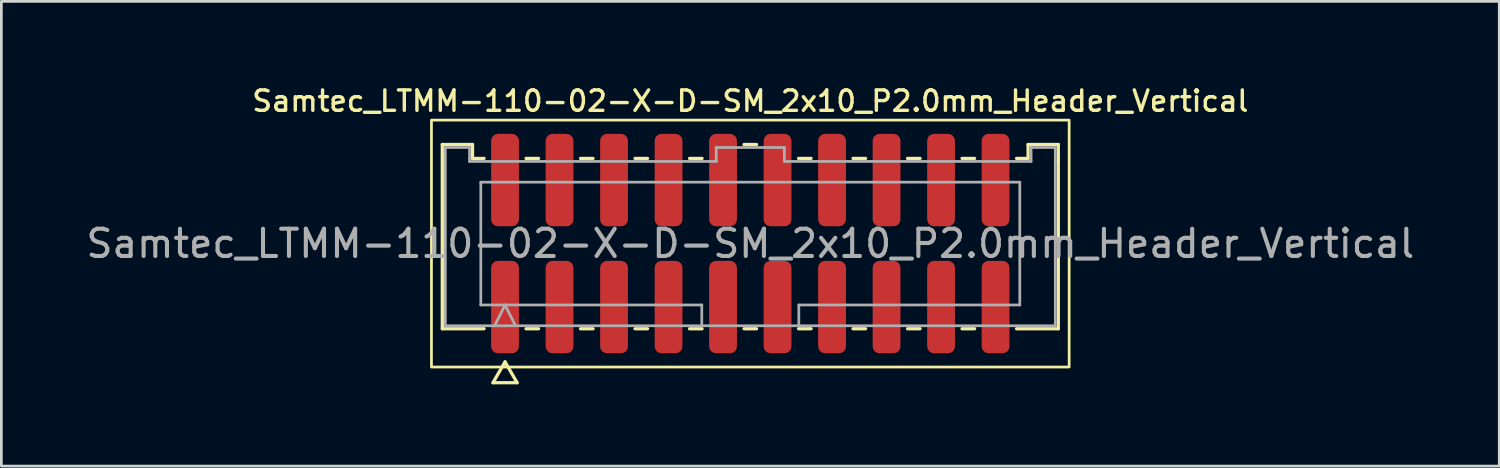
<source format=kicad_pcb>
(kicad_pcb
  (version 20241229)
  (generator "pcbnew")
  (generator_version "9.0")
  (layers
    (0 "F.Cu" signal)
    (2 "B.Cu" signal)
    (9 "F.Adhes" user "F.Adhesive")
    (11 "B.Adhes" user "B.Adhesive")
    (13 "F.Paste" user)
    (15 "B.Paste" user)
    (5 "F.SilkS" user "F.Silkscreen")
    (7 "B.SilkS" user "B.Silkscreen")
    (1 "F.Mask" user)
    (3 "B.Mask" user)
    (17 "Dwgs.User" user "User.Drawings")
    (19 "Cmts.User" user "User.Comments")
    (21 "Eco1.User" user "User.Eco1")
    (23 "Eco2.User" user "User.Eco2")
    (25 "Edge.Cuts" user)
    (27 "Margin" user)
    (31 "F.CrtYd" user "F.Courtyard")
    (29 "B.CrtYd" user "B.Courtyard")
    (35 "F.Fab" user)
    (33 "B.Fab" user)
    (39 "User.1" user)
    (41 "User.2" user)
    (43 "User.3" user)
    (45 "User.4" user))
  (footprint "Samtec_LTMM-110-02-X-D-SM_2x10_P2.0mm_Header_Vertical"
    (layer "F.Cu")
    (at 24.482 5.888)
    (property "Reference" "Samtec_LTMM-110-02-X-D-SM_2x10_P2.0mm_Header_Vertical" (at 0 -5.23 0) (layer "F.SilkS") (effects (font (size 0.75 0.75) (thickness 0.125))))
    (attr smd)
    (fp_line (start -11.302 -3.635) (end -10.193 -3.635) (stroke (width 0.12) (type solid)) (layer "F.SilkS"))
    (fp_line (start -11.302 3.125) (end -11.302 -3.635) (stroke (width 0.12) (type solid)) (layer "F.SilkS"))
    (fp_line (start -10.193 -3.635) (end -10.193 -3.125) (stroke (width 0.12) (type solid)) (layer "F.SilkS"))
    (fp_line (start -10.193 -3.125) (end -9.77 -3.125) (stroke (width 0.12) (type solid)) (layer "F.SilkS"))
    (fp_line (start -9.77 3.125) (end -11.302 3.125) (stroke (width 0.12) (type solid)) (layer "F.SilkS"))
    (fp_line (start -9.442 5.105) (end -9 4.34) (stroke (width 0.12) (type solid)) (layer "F.SilkS"))
    (fp_line (start -9 4.34) (end -8.558 5.105) (stroke (width 0.12) (type solid)) (layer "F.SilkS"))
    (fp_line (start -8.558 5.105) (end -9.442 5.105) (stroke (width 0.12) (type solid)) (layer "F.SilkS"))
    (fp_line (start -8.23 -3.125) (end -7.77 -3.125) (stroke (width 0.12) (type solid)) (layer "F.SilkS"))
    (fp_line (start -7.77 3.125) (end -8.23 3.125) (stroke (width 0.12) (type solid)) (layer "F.SilkS"))
    (fp_line (start -6.23 -3.125) (end -5.77 -3.125) (stroke (width 0.12) (type solid)) (layer "F.SilkS"))
    (fp_line (start -5.77 3.125) (end -6.23 3.125) (stroke (width 0.12) (type solid)) (layer "F.SilkS"))
    (fp_line (start -4.23 -3.125) (end -3.77 -3.125) (stroke (width 0.12) (type solid)) (layer "F.SilkS"))
    (fp_line (start -3.77 3.125) (end -4.23 3.125) (stroke (width 0.12) (type solid)) (layer "F.SilkS"))
    (fp_line (start -2.23 -3.125) (end -1.77 -3.125) (stroke (width 0.12) (type solid)) (layer "F.SilkS"))
    (fp_line (start -1.77 3.125) (end -2.23 3.125) (stroke (width 0.12) (type solid)) (layer "F.SilkS"))
    (fp_line (start -0.23 -3.635) (end 0.23 -3.635) (stroke (width 0.12) (type solid)) (layer "F.SilkS"))
    (fp_line (start 0.23 3.125) (end -0.23 3.125) (stroke (width 0.12) (type solid)) (layer "F.SilkS"))
    (fp_line (start 1.77 -3.125) (end 2.23 -3.125) (stroke (width 0.12) (type solid)) (layer "F.SilkS"))
    (fp_line (start 2.23 3.125) (end 1.77 3.125) (stroke (width 0.12) (type solid)) (layer "F.SilkS"))
    (fp_line (start 3.77 -3.125) (end 4.23 -3.125) (stroke (width 0.12) (type solid)) (layer "F.SilkS"))
    (fp_line (start 4.23 3.125) (end 3.77 3.125) (stroke (width 0.12) (type solid)) (layer "F.SilkS"))
    (fp_line (start 5.77 -3.125) (end 6.23 -3.125) (stroke (width 0.12) (type solid)) (layer "F.SilkS"))
    (fp_line (start 6.23 3.125) (end 5.77 3.125) (stroke (width 0.12) (type solid)) (layer "F.SilkS"))
    (fp_line (start 7.77 -3.125) (end 8.23 -3.125) (stroke (width 0.12) (type solid)) (layer "F.SilkS"))
    (fp_line (start 8.23 3.125) (end 7.77 3.125) (stroke (width 0.12) (type solid)) (layer "F.SilkS"))
    (fp_line (start 9.77 -3.125) (end 10.193 -3.125) (stroke (width 0.12) (type solid)) (layer "F.SilkS"))
    (fp_line (start 10.193 -3.635) (end 11.302 -3.635) (stroke (width 0.12) (type solid)) (layer "F.SilkS"))
    (fp_line (start 10.193 -3.125) (end 10.193 -3.635) (stroke (width 0.12) (type solid)) (layer "F.SilkS"))
    (fp_line (start 11.302 -3.635) (end 11.302 3.125) (stroke (width 0.12) (type solid)) (layer "F.SilkS"))
    (fp_line (start 11.302 3.125) (end 9.77 3.125) (stroke (width 0.12) (type solid)) (layer "F.SilkS"))
    (fp_rect (start -11.7 -4.53) (end 11.7 4.53) (stroke (width 0.1) (type solid)) (fill no) (layer "F.SilkS"))
    (fp_line (start -11.191 -3.525) (end -10.303 -3.525) (stroke (width 0.1) (type solid)) (layer "F.Fab"))
    (fp_line (start -11.191 3.015) (end -11.191 -3.525) (stroke (width 0.1) (type solid)) (layer "F.Fab"))
    (fp_line (start -10.303 -3.525) (end -10.303 -3.015) (stroke (width 0.1) (type solid)) (layer "F.Fab"))
    (fp_line (start -10.303 -3.015) (end -1.25 -3.015) (stroke (width 0.1) (type solid)) (layer "F.Fab"))
    (fp_line (start -9.889 -2.253) (end 9.889 -2.253) (stroke (width 0.1) (type solid)) (layer "F.Fab"))
    (fp_line (start -9.889 2.253) (end -9.889 -2.253) (stroke (width 0.1) (type solid)) (layer "F.Fab"))
    (fp_line (start -9.381 3.015) (end -9 2.253) (stroke (width 0.1) (type solid)) (layer "F.Fab"))
    (fp_line (start -9 2.253) (end -8.619 3.015) (stroke (width 0.1) (type solid)) (layer "F.Fab"))
    (fp_line (start -1.78 2.253) (end -9.889 2.253) (stroke (width 0.1) (type solid)) (layer "F.Fab"))
    (fp_line (start -1.78 3.015) (end -1.78 2.253) (stroke (width 0.1) (type solid)) (layer "F.Fab"))
    (fp_line (start -1.25 -3.525) (end 1.25 -3.525) (stroke (width 0.1) (type solid)) (layer "F.Fab"))
    (fp_line (start -1.25 -3.015) (end -1.25 -3.525) (stroke (width 0.1) (type solid)) (layer "F.Fab"))
    (fp_line (start 1.25 -3.525) (end 1.25 -3.015) (stroke (width 0.1) (type solid)) (layer "F.Fab"))
    (fp_line (start 1.25 -3.015) (end 10.303 -3.015) (stroke (width 0.1) (type solid)) (layer "F.Fab"))
    (fp_line (start 1.78 2.253) (end 1.78 3.015) (stroke (width 0.1) (type solid)) (layer "F.Fab"))
    (fp_line (start 9.889 -2.253) (end 9.889 2.253) (stroke (width 0.1) (type solid)) (layer "F.Fab"))
    (fp_line (start 9.889 2.253) (end 1.78 2.253) (stroke (width 0.1) (type solid)) (layer "F.Fab"))
    (fp_line (start 10.303 -3.525) (end 11.191 -3.525) (stroke (width 0.1) (type solid)) (layer "F.Fab"))
    (fp_line (start 10.303 -3.015) (end 10.303 -3.525) (stroke (width 0.1) (type solid)) (layer "F.Fab"))
    (fp_line (start 11.191 -3.525) (end 11.191 -3.015) (stroke (width 0.1) (type solid)) (layer "F.Fab"))
    (fp_line (start 11.191 -3.015) (end 11.191 3.015) (stroke (width 0.1) (type solid)) (layer "F.Fab"))
    (fp_line (start 11.191 3.015) (end -11.191 3.015) (stroke (width 0.1) (type solid)) (layer "F.Fab"))
    (fp_text user "${REFERENCE}" (at 0 0 0) (layer "F.Fab") (effects (font (size 1 1) (thickness 0.15))))
    (pad "1" smd roundrect (at -9 2.33) (size 1.02 3.39) (layers "F.Cu" "F.Mask" "F.Paste") (roundrect_rratio 0.245))
    (pad "2" smd roundrect (at -9 -2.33) (size 1.02 3.39) (layers "F.Cu" "F.Mask" "F.Paste") (roundrect_rratio 0.245))
    (pad "3" smd roundrect (at -7 2.33) (size 1.02 3.39) (layers "F.Cu" "F.Mask" "F.Paste") (roundrect_rratio 0.245))
    (pad "4" smd roundrect (at -7 -2.33) (size 1.02 3.39) (layers "F.Cu" "F.Mask" "F.Paste") (roundrect_rratio 0.245))
    (pad "5" smd roundrect (at -5 2.33) (size 1.02 3.39) (layers "F.Cu" "F.Mask" "F.Paste") (roundrect_rratio 0.245))
    (pad "6" smd roundrect (at -5 -2.33) (size 1.02 3.39) (layers "F.Cu" "F.Mask" "F.Paste") (roundrect_rratio 0.245))
    (pad "7" smd roundrect (at -3 2.33) (size 1.02 3.39) (layers "F.Cu" "F.Mask" "F.Paste") (roundrect_rratio 0.245))
    (pad "8" smd roundrect (at -3 -2.33) (size 1.02 3.39) (layers "F.Cu" "F.Mask" "F.Paste") (roundrect_rratio 0.245))
    (pad "9" smd roundrect (at -1 2.33) (size 1.02 3.39) (layers "F.Cu" "F.Mask" "F.Paste") (roundrect_rratio 0.245))
    (pad "10" smd roundrect (at -1 -2.33) (size 1.02 3.39) (layers "F.Cu" "F.Mask" "F.Paste") (roundrect_rratio 0.245))
    (pad "11" smd roundrect (at 1 2.33) (size 1.02 3.39) (layers "F.Cu" "F.Mask" "F.Paste") (roundrect_rratio 0.245))
    (pad "12" smd roundrect (at 1 -2.33) (size 1.02 3.39) (layers "F.Cu" "F.Mask" "F.Paste") (roundrect_rratio 0.245))
    (pad "13" smd roundrect (at 3 2.33) (size 1.02 3.39) (layers "F.Cu" "F.Mask" "F.Paste") (roundrect_rratio 0.245))
    (pad "14" smd roundrect (at 3 -2.33) (size 1.02 3.39) (layers "F.Cu" "F.Mask" "F.Paste") (roundrect_rratio 0.245))
    (pad "15" smd roundrect (at 5 2.33) (size 1.02 3.39) (layers "F.Cu" "F.Mask" "F.Paste") (roundrect_rratio 0.245))
    (pad "16" smd roundrect (at 5 -2.33) (size 1.02 3.39) (layers "F.Cu" "F.Mask" "F.Paste") (roundrect_rratio 0.245))
    (pad "17" smd roundrect (at 7 2.33) (size 1.02 3.39) (layers "F.Cu" "F.Mask" "F.Paste") (roundrect_rratio 0.245))
    (pad "18" smd roundrect (at 7 -2.33) (size 1.02 3.39) (layers "F.Cu" "F.Mask" "F.Paste") (roundrect_rratio 0.245))
    (pad "19" smd roundrect (at 9 2.33) (size 1.02 3.39) (layers "F.Cu" "F.Mask" "F.Paste") (roundrect_rratio 0.245))
    (pad "20" smd roundrect (at 9 -2.33) (size 1.02 3.39) (layers "F.Cu" "F.Mask" "F.Paste") (roundrect_rratio 0.245)))
  (gr_rect
    (start -3 -3)
    (end 51.964 14.053)
    (stroke (width 0.1) (type default))
    (fill no)
    (layer "Edge.Cuts")))
</source>
